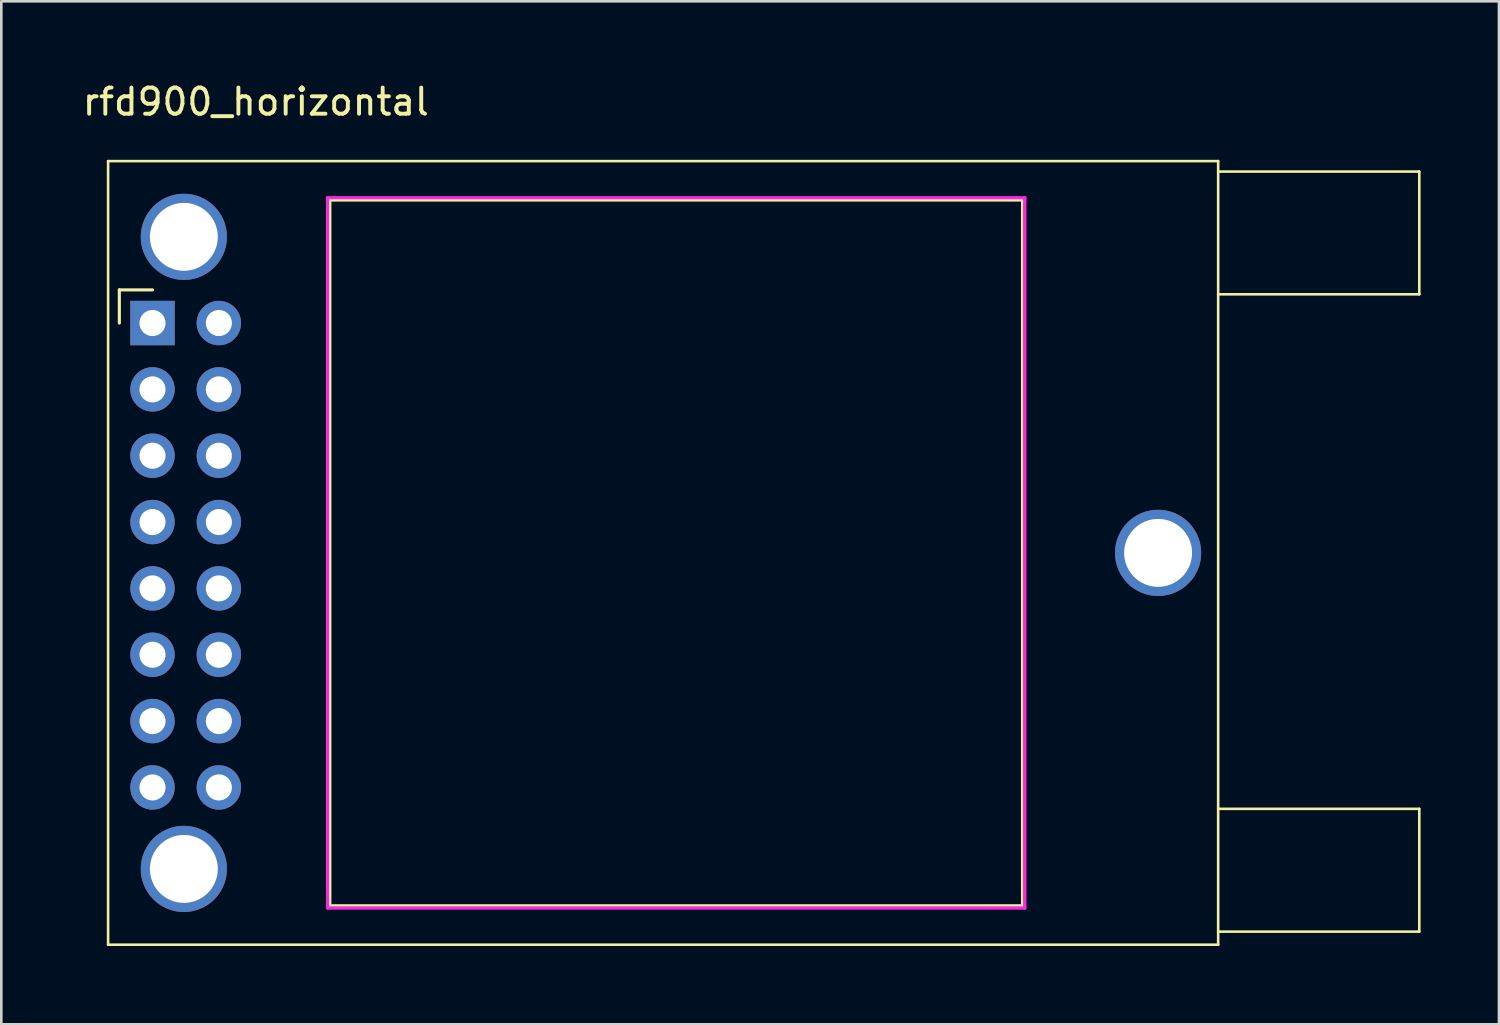
<source format=kicad_pcb>
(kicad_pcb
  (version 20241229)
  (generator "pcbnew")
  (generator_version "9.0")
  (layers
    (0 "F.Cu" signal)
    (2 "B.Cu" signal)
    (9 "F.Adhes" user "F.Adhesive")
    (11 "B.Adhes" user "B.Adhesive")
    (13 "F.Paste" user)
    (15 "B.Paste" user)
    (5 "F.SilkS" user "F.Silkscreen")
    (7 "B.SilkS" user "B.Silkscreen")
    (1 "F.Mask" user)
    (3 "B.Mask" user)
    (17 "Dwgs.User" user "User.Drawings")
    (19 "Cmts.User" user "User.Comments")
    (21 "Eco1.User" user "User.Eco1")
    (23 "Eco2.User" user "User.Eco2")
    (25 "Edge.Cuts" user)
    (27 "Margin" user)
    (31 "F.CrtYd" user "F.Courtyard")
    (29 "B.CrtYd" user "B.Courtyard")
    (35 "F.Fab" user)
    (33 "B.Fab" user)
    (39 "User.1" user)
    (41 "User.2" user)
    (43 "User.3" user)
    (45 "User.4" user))
  (footprint "rfd900_horizontal"
    (layer "F.Cu")
    (at 1.089 3.118)
    (property "Reference" "rfd900_horizontal" (at 5.655 -2.27 0) (layer "F.SilkS") (effects (font (size 1 1) (thickness 0.15))))
    (attr through_hole)
    (fp_line (start 0 0) (end 0 30) (stroke (width 0.1) (type solid)) (layer "F.SilkS"))
    (fp_line (start 0 30) (end 42.5 30) (stroke (width 0.1) (type solid)) (layer "F.SilkS"))
    (fp_line (start 0.43 4.93) (end 1.7 4.93) (stroke (width 0.12) (type solid)) (layer "F.SilkS"))
    (fp_line (start 0.43 6.2) (end 0.43 4.93) (stroke (width 0.12) (type solid)) (layer "F.SilkS"))
    (fp_line (start 8.5 1.5) (end 8.5 28.5) (stroke (width 0.1) (type solid)) (layer "F.SilkS"))
    (fp_line (start 8.5 28.5) (end 35 28.5) (stroke (width 0.1) (type solid)) (layer "F.SilkS"))
    (fp_line (start 35 1.5) (end 8.5 1.5) (stroke (width 0.1) (type solid)) (layer "F.SilkS"))
    (fp_line (start 35 28.5) (end 35 1.5) (stroke (width 0.1) (type solid)) (layer "F.SilkS"))
    (fp_line (start 42.5 0) (end 0 0) (stroke (width 0.1) (type solid)) (layer "F.SilkS"))
    (fp_line (start 42.5 0.4) (end 50.2 0.4) (stroke (width 0.1) (type solid)) (layer "F.SilkS"))
    (fp_line (start 42.5 24.8) (end 50.2 24.8) (stroke (width 0.1) (type solid)) (layer "F.SilkS"))
    (fp_line (start 42.5 30) (end 42.5 0) (stroke (width 0.1) (type solid)) (layer "F.SilkS"))
    (fp_line (start 50.2 0.4) (end 50.2 5.1) (stroke (width 0.1) (type solid)) (layer "F.SilkS"))
    (fp_line (start 50.2 5.1) (end 42.5 5.1) (stroke (width 0.1) (type solid)) (layer "F.SilkS"))
    (fp_line (start 50.2 24.8) (end 50.2 29.5) (stroke (width 0.1) (type solid)) (layer "F.SilkS"))
    (fp_line (start 50.2 29.5) (end 42.5 29.5) (stroke (width 0.1) (type solid)) (layer "F.SilkS"))
    (fp_line (start 8.4 1.4) (end 35.1 1.4) (stroke (width 0.12) (type solid)) (layer "F.CrtYd"))
    (fp_line (start 8.4 28.6) (end 8.4 1.4) (stroke (width 0.12) (type solid)) (layer "F.CrtYd"))
    (fp_line (start 35.1 1.4) (end 35.1 28.6) (stroke (width 0.12) (type solid)) (layer "F.CrtYd"))
    (fp_line (start 35.1 28.6) (end 8.4 28.6) (stroke (width 0.12) (type solid)) (layer "F.CrtYd"))
    (fp_line (start 1.38 5.88) (end 1.38 6.52) (stroke (width 0.1) (type solid)) (layer "F.Fab"))
    (fp_line (start 1.38 8.42) (end 1.38 9.06) (stroke (width 0.1) (type solid)) (layer "F.Fab"))
    (fp_line (start 1.38 10.96) (end 1.38 11.6) (stroke (width 0.1) (type solid)) (layer "F.Fab"))
    (fp_line (start 1.38 13.5) (end 1.38 14.14) (stroke (width 0.1) (type solid)) (layer "F.Fab"))
    (fp_line (start 1.38 16.04) (end 1.38 16.68) (stroke (width 0.1) (type solid)) (layer "F.Fab"))
    (fp_line (start 1.38 18.58) (end 1.38 19.22) (stroke (width 0.1) (type solid)) (layer "F.Fab"))
    (fp_line (start 1.38 21.12) (end 1.38 21.76) (stroke (width 0.1) (type solid)) (layer "F.Fab"))
    (fp_line (start 1.38 23.66) (end 1.38 24.3) (stroke (width 0.1) (type solid)) (layer "F.Fab"))
    (pad "1" thru_hole rect (at 1.7 6.2) (size 1.7 1.7) (drill 1) (layers "*.Cu" "*.Mask"))
    (pad "2" thru_hole oval (at 4.24 6.2) (size 1.7 1.7) (drill 1) (layers "*.Cu" "*.Mask"))
    (pad "3" thru_hole oval (at 1.7 8.74) (size 1.7 1.7) (drill 1) (layers "*.Cu" "*.Mask"))
    (pad "4" thru_hole oval (at 4.24 8.74) (size 1.7 1.7) (drill 1) (layers "*.Cu" "*.Mask"))
    (pad "5" thru_hole oval (at 1.7 11.28) (size 1.7 1.7) (drill 1) (layers "*.Cu" "*.Mask"))
    (pad "6" thru_hole oval (at 4.24 11.28) (size 1.7 1.7) (drill 1) (layers "*.Cu" "*.Mask"))
    (pad "7" thru_hole oval (at 1.7 13.82) (size 1.7 1.7) (drill 1) (layers "*.Cu" "*.Mask"))
    (pad "8" thru_hole oval (at 4.24 13.82) (size 1.7 1.7) (drill 1) (layers "*.Cu" "*.Mask"))
    (pad "9" thru_hole oval (at 1.7 16.36) (size 1.7 1.7) (drill 1) (layers "*.Cu" "*.Mask"))
    (pad "10" thru_hole oval (at 4.24 16.36) (size 1.7 1.7) (drill 1) (layers "*.Cu" "*.Mask"))
    (pad "11" thru_hole oval (at 1.7 18.9) (size 1.7 1.7) (drill 1) (layers "*.Cu" "*.Mask"))
    (pad "12" thru_hole oval (at 4.24 18.9) (size 1.7 1.7) (drill 1) (layers "*.Cu" "*.Mask"))
    (pad "13" thru_hole oval (at 1.7 21.44) (size 1.7 1.7) (drill 1) (layers "*.Cu" "*.Mask"))
    (pad "14" thru_hole oval (at 4.24 21.44) (size 1.7 1.7) (drill 1) (layers "*.Cu" "*.Mask"))
    (pad "15" thru_hole oval (at 1.7 23.98) (size 1.7 1.7) (drill 1) (layers "*.Cu" "*.Mask"))
    (pad "16" thru_hole oval (at 4.24 23.98) (size 1.7 1.7) (drill 1) (layers "*.Cu" "*.Mask"))
    (pad "GND" thru_hole circle (at 2.9 2.9) (size 3.3 3.3) (drill 2.6) (layers "*.Cu" "*.Mask"))
    (pad "GND" thru_hole circle (at 2.9 27.1) (size 3.3 3.3) (drill 2.6) (layers "*.Cu" "*.Mask"))
    (pad "GND" thru_hole circle (at 40.2 15) (size 3.3 3.3) (drill 2.6) (layers "*.Cu" "*.Mask")))
  (gr_rect
    (start -3 -3)
    (end 54.339 36.168)
    (stroke (width 0.1) (type default))
    (fill no)
    (layer "Edge.Cuts")))
</source>
